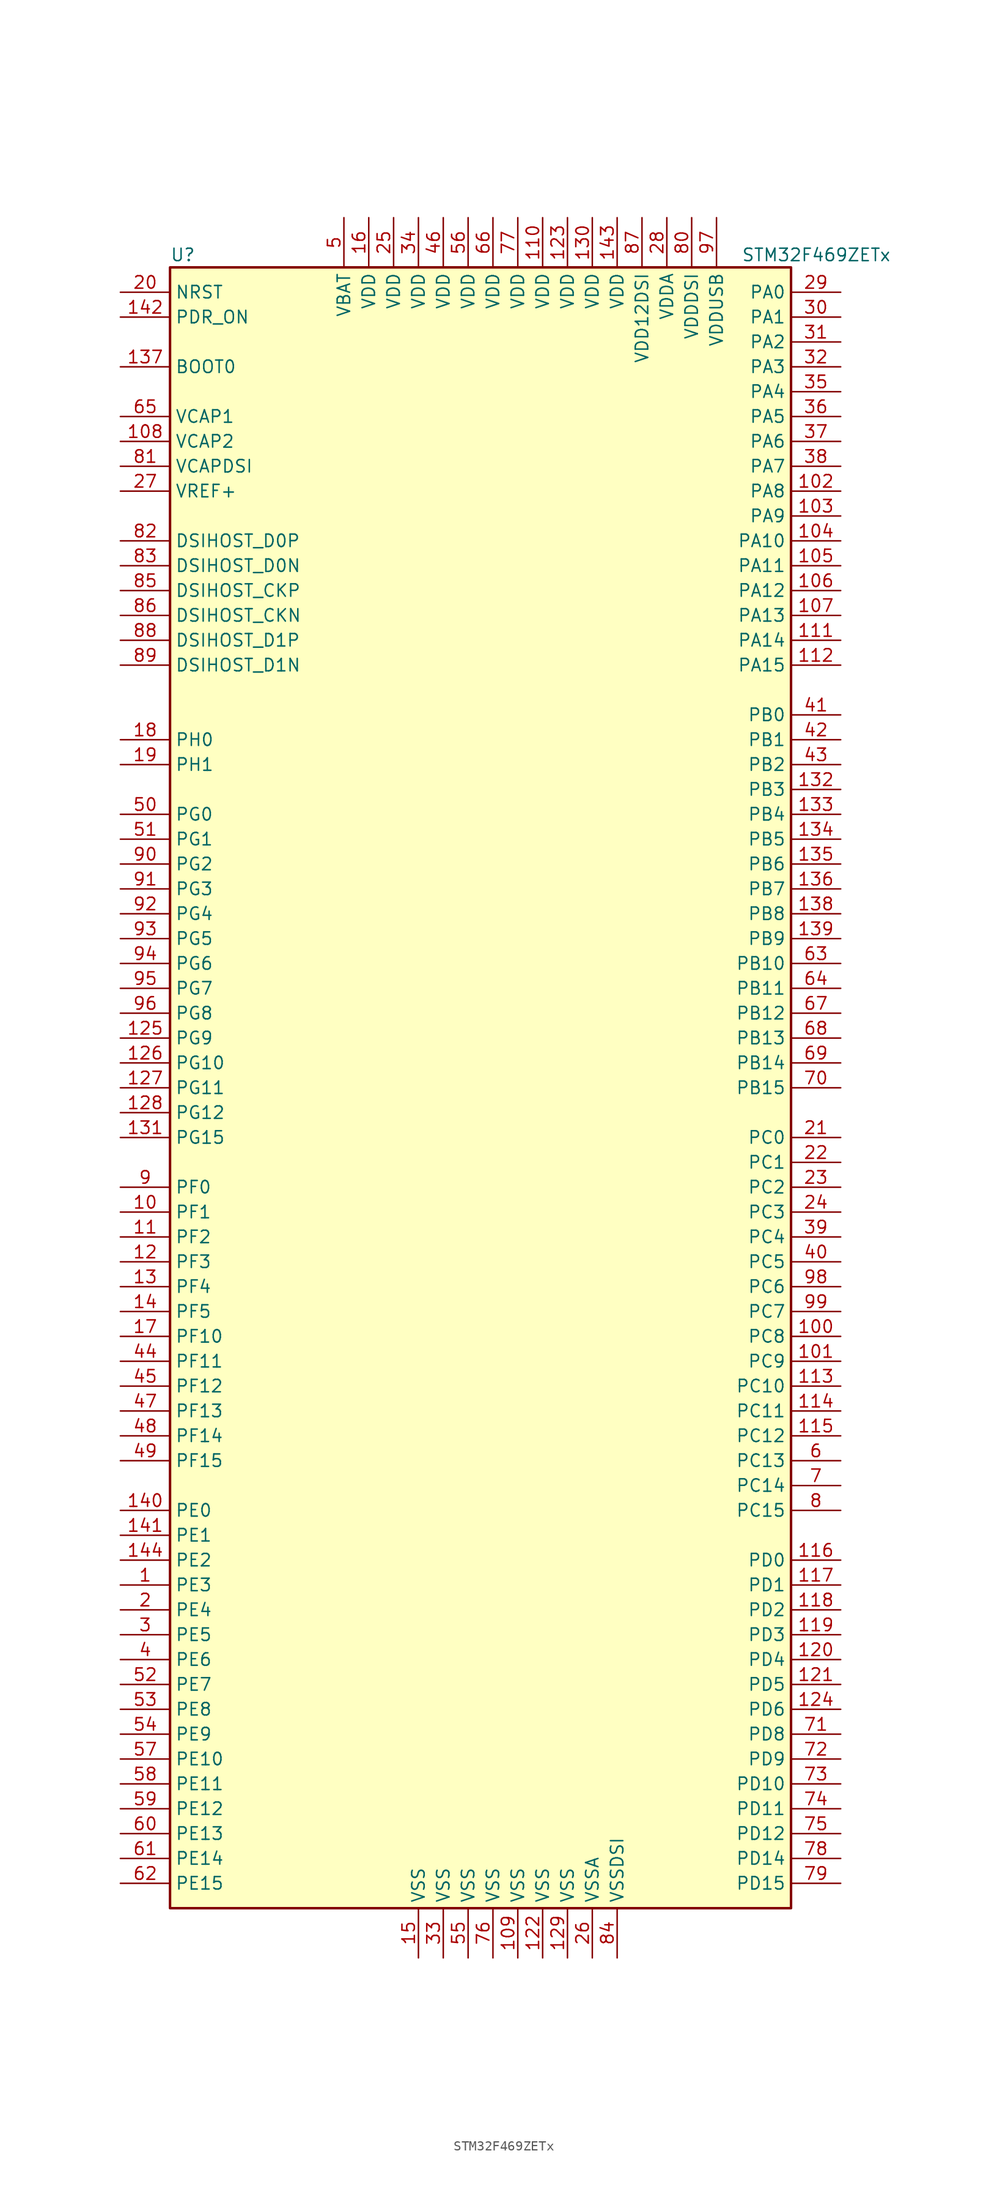
<source format=kicad_sym>
(kicad_symbol_lib
  (version 20201005)
  (generator kicad_symbol_editor)
  (symbol "STM32F469ZETx"
    (property "Reference" "U"
      (at -33.02 85.09 0)
      (effects (font (size 1.27 1.27)) (justify left)))
    (property "Value" "STM32F469ZETx"
      (at 25.4 85.09 0)
      (effects (font (size 1.27 1.27)) (justify left)))
    (symbol "STM32F469ZETx_0_1"
      (rectangle (start -33.02 -83.82) (end 30.48 83.82) (stroke (width 0.254)) (fill (type background))))
    (symbol "STM32F469ZETx_1_1"
      (pin input line (at -38.1 73.66 0) (length 5.08) (name "BOOT0" (effects (font (size 1.27 1.27)))) (number "137" (effects (font (size 1.27 1.27)))))
      (pin bidirectional line (at -38.1 48.26 0) (length 5.08) (name "DSIHOST_CKN" (effects (font (size 1.27 1.27)))) (number "86" (effects (font (size 1.27 1.27)))))
      (pin bidirectional line (at -38.1 50.8 0) (length 5.08) (name "DSIHOST_CKP" (effects (font (size 1.27 1.27)))) (number "85" (effects (font (size 1.27 1.27)))))
      (pin bidirectional line (at -38.1 53.34 0) (length 5.08) (name "DSIHOST_D0N" (effects (font (size 1.27 1.27)))) (number "83" (effects (font (size 1.27 1.27)))))
      (pin bidirectional line (at -38.1 55.88 0) (length 5.08) (name "DSIHOST_D0P" (effects (font (size 1.27 1.27)))) (number "82" (effects (font (size 1.27 1.27)))))
      (pin bidirectional line (at -38.1 43.18 0) (length 5.08) (name "DSIHOST_D1N" (effects (font (size 1.27 1.27)))) (number "89" (effects (font (size 1.27 1.27)))))
      (pin bidirectional line (at -38.1 45.72 0) (length 5.08) (name "DSIHOST_D1P" (effects (font (size 1.27 1.27)))) (number "88" (effects (font (size 1.27 1.27)))))
      (pin input line (at -38.1 81.28 0) (length 5.08) (name "NRST" (effects (font (size 1.27 1.27)))) (number "20" (effects (font (size 1.27 1.27)))))
      (pin bidirectional line (at 35.56 81.28 180) (length 5.08) (name "PA0" (effects (font (size 1.27 1.27)))) (number "29" (effects (font (size 1.27 1.27)))))
      (pin bidirectional line (at 35.56 78.74 180) (length 5.08) (name "PA1" (effects (font (size 1.27 1.27)))) (number "30" (effects (font (size 1.27 1.27)))))
      (pin bidirectional line (at 35.56 55.88 180) (length 5.08) (name "PA10" (effects (font (size 1.27 1.27)))) (number "104" (effects (font (size 1.27 1.27)))))
      (pin bidirectional line (at 35.56 53.34 180) (length 5.08) (name "PA11" (effects (font (size 1.27 1.27)))) (number "105" (effects (font (size 1.27 1.27)))))
      (pin bidirectional line (at 35.56 50.8 180) (length 5.08) (name "PA12" (effects (font (size 1.27 1.27)))) (number "106" (effects (font (size 1.27 1.27)))))
      (pin bidirectional line (at 35.56 48.26 180) (length 5.08) (name "PA13" (effects (font (size 1.27 1.27)))) (number "107" (effects (font (size 1.27 1.27)))))
      (pin bidirectional line (at 35.56 45.72 180) (length 5.08) (name "PA14" (effects (font (size 1.27 1.27)))) (number "111" (effects (font (size 1.27 1.27)))))
      (pin bidirectional line (at 35.56 43.18 180) (length 5.08) (name "PA15" (effects (font (size 1.27 1.27)))) (number "112" (effects (font (size 1.27 1.27)))))
      (pin bidirectional line (at 35.56 76.2 180) (length 5.08) (name "PA2" (effects (font (size 1.27 1.27)))) (number "31" (effects (font (size 1.27 1.27)))))
      (pin bidirectional line (at 35.56 73.66 180) (length 5.08) (name "PA3" (effects (font (size 1.27 1.27)))) (number "32" (effects (font (size 1.27 1.27)))))
      (pin bidirectional line (at 35.56 71.12 180) (length 5.08) (name "PA4" (effects (font (size 1.27 1.27)))) (number "35" (effects (font (size 1.27 1.27)))))
      (pin bidirectional line (at 35.56 68.58 180) (length 5.08) (name "PA5" (effects (font (size 1.27 1.27)))) (number "36" (effects (font (size 1.27 1.27)))))
      (pin bidirectional line (at 35.56 66.04 180) (length 5.08) (name "PA6" (effects (font (size 1.27 1.27)))) (number "37" (effects (font (size 1.27 1.27)))))
      (pin bidirectional line (at 35.56 63.5 180) (length 5.08) (name "PA7" (effects (font (size 1.27 1.27)))) (number "38" (effects (font (size 1.27 1.27)))))
      (pin bidirectional line (at 35.56 60.96 180) (length 5.08) (name "PA8" (effects (font (size 1.27 1.27)))) (number "102" (effects (font (size 1.27 1.27)))))
      (pin bidirectional line (at 35.56 58.42 180) (length 5.08) (name "PA9" (effects (font (size 1.27 1.27)))) (number "103" (effects (font (size 1.27 1.27)))))
      (pin bidirectional line (at 35.56 38.1 180) (length 5.08) (name "PB0" (effects (font (size 1.27 1.27)))) (number "41" (effects (font (size 1.27 1.27)))))
      (pin bidirectional line (at 35.56 35.56 180) (length 5.08) (name "PB1" (effects (font (size 1.27 1.27)))) (number "42" (effects (font (size 1.27 1.27)))))
      (pin bidirectional line (at 35.56 12.7 180) (length 5.08) (name "PB10" (effects (font (size 1.27 1.27)))) (number "63" (effects (font (size 1.27 1.27)))))
      (pin bidirectional line (at 35.56 10.16 180) (length 5.08) (name "PB11" (effects (font (size 1.27 1.27)))) (number "64" (effects (font (size 1.27 1.27)))))
      (pin bidirectional line (at 35.56 7.62 180) (length 5.08) (name "PB12" (effects (font (size 1.27 1.27)))) (number "67" (effects (font (size 1.27 1.27)))))
      (pin bidirectional line (at 35.56 5.08 180) (length 5.08) (name "PB13" (effects (font (size 1.27 1.27)))) (number "68" (effects (font (size 1.27 1.27)))))
      (pin bidirectional line (at 35.56 2.54 180) (length 5.08) (name "PB14" (effects (font (size 1.27 1.27)))) (number "69" (effects (font (size 1.27 1.27)))))
      (pin bidirectional line (at 35.56 0 180) (length 5.08) (name "PB15" (effects (font (size 1.27 1.27)))) (number "70" (effects (font (size 1.27 1.27)))))
      (pin bidirectional line (at 35.56 33.02 180) (length 5.08) (name "PB2" (effects (font (size 1.27 1.27)))) (number "43" (effects (font (size 1.27 1.27)))))
      (pin bidirectional line (at 35.56 30.48 180) (length 5.08) (name "PB3" (effects (font (size 1.27 1.27)))) (number "132" (effects (font (size 1.27 1.27)))))
      (pin bidirectional line (at 35.56 27.94 180) (length 5.08) (name "PB4" (effects (font (size 1.27 1.27)))) (number "133" (effects (font (size 1.27 1.27)))))
      (pin bidirectional line (at 35.56 25.4 180) (length 5.08) (name "PB5" (effects (font (size 1.27 1.27)))) (number "134" (effects (font (size 1.27 1.27)))))
      (pin bidirectional line (at 35.56 22.86 180) (length 5.08) (name "PB6" (effects (font (size 1.27 1.27)))) (number "135" (effects (font (size 1.27 1.27)))))
      (pin bidirectional line (at 35.56 20.32 180) (length 5.08) (name "PB7" (effects (font (size 1.27 1.27)))) (number "136" (effects (font (size 1.27 1.27)))))
      (pin bidirectional line (at 35.56 17.78 180) (length 5.08) (name "PB8" (effects (font (size 1.27 1.27)))) (number "138" (effects (font (size 1.27 1.27)))))
      (pin bidirectional line (at 35.56 15.24 180) (length 5.08) (name "PB9" (effects (font (size 1.27 1.27)))) (number "139" (effects (font (size 1.27 1.27)))))
      (pin bidirectional line (at 35.56 -5.08 180) (length 5.08) (name "PC0" (effects (font (size 1.27 1.27)))) (number "21" (effects (font (size 1.27 1.27)))))
      (pin bidirectional line (at 35.56 -7.62 180) (length 5.08) (name "PC1" (effects (font (size 1.27 1.27)))) (number "22" (effects (font (size 1.27 1.27)))))
      (pin bidirectional line (at 35.56 -30.48 180) (length 5.08) (name "PC10" (effects (font (size 1.27 1.27)))) (number "113" (effects (font (size 1.27 1.27)))))
      (pin bidirectional line (at 35.56 -33.02 180) (length 5.08) (name "PC11" (effects (font (size 1.27 1.27)))) (number "114" (effects (font (size 1.27 1.27)))))
      (pin bidirectional line (at 35.56 -35.56 180) (length 5.08) (name "PC12" (effects (font (size 1.27 1.27)))) (number "115" (effects (font (size 1.27 1.27)))))
      (pin bidirectional line (at 35.56 -38.1 180) (length 5.08) (name "PC13" (effects (font (size 1.27 1.27)))) (number "6" (effects (font (size 1.27 1.27)))))
      (pin bidirectional line (at 35.56 -40.64 180) (length 5.08) (name "PC14" (effects (font (size 1.27 1.27)))) (number "7" (effects (font (size 1.27 1.27)))))
      (pin bidirectional line (at 35.56 -43.18 180) (length 5.08) (name "PC15" (effects (font (size 1.27 1.27)))) (number "8" (effects (font (size 1.27 1.27)))))
      (pin bidirectional line (at 35.56 -10.16 180) (length 5.08) (name "PC2" (effects (font (size 1.27 1.27)))) (number "23" (effects (font (size 1.27 1.27)))))
      (pin bidirectional line (at 35.56 -12.7 180) (length 5.08) (name "PC3" (effects (font (size 1.27 1.27)))) (number "24" (effects (font (size 1.27 1.27)))))
      (pin bidirectional line (at 35.56 -15.24 180) (length 5.08) (name "PC4" (effects (font (size 1.27 1.27)))) (number "39" (effects (font (size 1.27 1.27)))))
      (pin bidirectional line (at 35.56 -17.78 180) (length 5.08) (name "PC5" (effects (font (size 1.27 1.27)))) (number "40" (effects (font (size 1.27 1.27)))))
      (pin bidirectional line (at 35.56 -20.32 180) (length 5.08) (name "PC6" (effects (font (size 1.27 1.27)))) (number "98" (effects (font (size 1.27 1.27)))))
      (pin bidirectional line (at 35.56 -22.86 180) (length 5.08) (name "PC7" (effects (font (size 1.27 1.27)))) (number "99" (effects (font (size 1.27 1.27)))))
      (pin bidirectional line (at 35.56 -25.4 180) (length 5.08) (name "PC8" (effects (font (size 1.27 1.27)))) (number "100" (effects (font (size 1.27 1.27)))))
      (pin bidirectional line (at 35.56 -27.94 180) (length 5.08) (name "PC9" (effects (font (size 1.27 1.27)))) (number "101" (effects (font (size 1.27 1.27)))))
      (pin bidirectional line (at 35.56 -48.26 180) (length 5.08) (name "PD0" (effects (font (size 1.27 1.27)))) (number "116" (effects (font (size 1.27 1.27)))))
      (pin bidirectional line (at 35.56 -50.8 180) (length 5.08) (name "PD1" (effects (font (size 1.27 1.27)))) (number "117" (effects (font (size 1.27 1.27)))))
      (pin bidirectional line (at 35.56 -71.12 180) (length 5.08) (name "PD10" (effects (font (size 1.27 1.27)))) (number "73" (effects (font (size 1.27 1.27)))))
      (pin bidirectional line (at 35.56 -73.66 180) (length 5.08) (name "PD11" (effects (font (size 1.27 1.27)))) (number "74" (effects (font (size 1.27 1.27)))))
      (pin bidirectional line (at 35.56 -76.2 180) (length 5.08) (name "PD12" (effects (font (size 1.27 1.27)))) (number "75" (effects (font (size 1.27 1.27)))))
      (pin bidirectional line (at 35.56 -78.74 180) (length 5.08) (name "PD14" (effects (font (size 1.27 1.27)))) (number "78" (effects (font (size 1.27 1.27)))))
      (pin bidirectional line (at 35.56 -81.28 180) (length 5.08) (name "PD15" (effects (font (size 1.27 1.27)))) (number "79" (effects (font (size 1.27 1.27)))))
      (pin bidirectional line (at 35.56 -53.34 180) (length 5.08) (name "PD2" (effects (font (size 1.27 1.27)))) (number "118" (effects (font (size 1.27 1.27)))))
      (pin bidirectional line (at 35.56 -55.88 180) (length 5.08) (name "PD3" (effects (font (size 1.27 1.27)))) (number "119" (effects (font (size 1.27 1.27)))))
      (pin bidirectional line (at 35.56 -58.42 180) (length 5.08) (name "PD4" (effects (font (size 1.27 1.27)))) (number "120" (effects (font (size 1.27 1.27)))))
      (pin bidirectional line (at 35.56 -60.96 180) (length 5.08) (name "PD5" (effects (font (size 1.27 1.27)))) (number "121" (effects (font (size 1.27 1.27)))))
      (pin bidirectional line (at 35.56 -63.5 180) (length 5.08) (name "PD6" (effects (font (size 1.27 1.27)))) (number "124" (effects (font (size 1.27 1.27)))))
      (pin bidirectional line (at 35.56 -66.04 180) (length 5.08) (name "PD8" (effects (font (size 1.27 1.27)))) (number "71" (effects (font (size 1.27 1.27)))))
      (pin bidirectional line (at 35.56 -68.58 180) (length 5.08) (name "PD9" (effects (font (size 1.27 1.27)))) (number "72" (effects (font (size 1.27 1.27)))))
      (pin input line (at -38.1 78.74 0) (length 5.08) (name "PDR_ON" (effects (font (size 1.27 1.27)))) (number "142" (effects (font (size 1.27 1.27)))))
      (pin bidirectional line (at -38.1 -43.18 0) (length 5.08) (name "PE0" (effects (font (size 1.27 1.27)))) (number "140" (effects (font (size 1.27 1.27)))))
      (pin bidirectional line (at -38.1 -45.72 0) (length 5.08) (name "PE1" (effects (font (size 1.27 1.27)))) (number "141" (effects (font (size 1.27 1.27)))))
      (pin bidirectional line (at -38.1 -68.58 0) (length 5.08) (name "PE10" (effects (font (size 1.27 1.27)))) (number "57" (effects (font (size 1.27 1.27)))))
      (pin bidirectional line (at -38.1 -71.12 0) (length 5.08) (name "PE11" (effects (font (size 1.27 1.27)))) (number "58" (effects (font (size 1.27 1.27)))))
      (pin bidirectional line (at -38.1 -73.66 0) (length 5.08) (name "PE12" (effects (font (size 1.27 1.27)))) (number "59" (effects (font (size 1.27 1.27)))))
      (pin bidirectional line (at -38.1 -76.2 0) (length 5.08) (name "PE13" (effects (font (size 1.27 1.27)))) (number "60" (effects (font (size 1.27 1.27)))))
      (pin bidirectional line (at -38.1 -78.74 0) (length 5.08) (name "PE14" (effects (font (size 1.27 1.27)))) (number "61" (effects (font (size 1.27 1.27)))))
      (pin bidirectional line (at -38.1 -81.28 0) (length 5.08) (name "PE15" (effects (font (size 1.27 1.27)))) (number "62" (effects (font (size 1.27 1.27)))))
      (pin bidirectional line (at -38.1 -48.26 0) (length 5.08) (name "PE2" (effects (font (size 1.27 1.27)))) (number "144" (effects (font (size 1.27 1.27)))))
      (pin bidirectional line (at -38.1 -50.8 0) (length 5.08) (name "PE3" (effects (font (size 1.27 1.27)))) (number "1" (effects (font (size 1.27 1.27)))))
      (pin bidirectional line (at -38.1 -53.34 0) (length 5.08) (name "PE4" (effects (font (size 1.27 1.27)))) (number "2" (effects (font (size 1.27 1.27)))))
      (pin bidirectional line (at -38.1 -55.88 0) (length 5.08) (name "PE5" (effects (font (size 1.27 1.27)))) (number "3" (effects (font (size 1.27 1.27)))))
      (pin bidirectional line (at -38.1 -58.42 0) (length 5.08) (name "PE6" (effects (font (size 1.27 1.27)))) (number "4" (effects (font (size 1.27 1.27)))))
      (pin bidirectional line (at -38.1 -60.96 0) (length 5.08) (name "PE7" (effects (font (size 1.27 1.27)))) (number "52" (effects (font (size 1.27 1.27)))))
      (pin bidirectional line (at -38.1 -63.5 0) (length 5.08) (name "PE8" (effects (font (size 1.27 1.27)))) (number "53" (effects (font (size 1.27 1.27)))))
      (pin bidirectional line (at -38.1 -66.04 0) (length 5.08) (name "PE9" (effects (font (size 1.27 1.27)))) (number "54" (effects (font (size 1.27 1.27)))))
      (pin bidirectional line (at -38.1 -10.16 0) (length 5.08) (name "PF0" (effects (font (size 1.27 1.27)))) (number "9" (effects (font (size 1.27 1.27)))))
      (pin bidirectional line (at -38.1 -12.7 0) (length 5.08) (name "PF1" (effects (font (size 1.27 1.27)))) (number "10" (effects (font (size 1.27 1.27)))))
      (pin bidirectional line (at -38.1 -25.4 0) (length 5.08) (name "PF10" (effects (font (size 1.27 1.27)))) (number "17" (effects (font (size 1.27 1.27)))))
      (pin bidirectional line (at -38.1 -27.94 0) (length 5.08) (name "PF11" (effects (font (size 1.27 1.27)))) (number "44" (effects (font (size 1.27 1.27)))))
      (pin bidirectional line (at -38.1 -30.48 0) (length 5.08) (name "PF12" (effects (font (size 1.27 1.27)))) (number "45" (effects (font (size 1.27 1.27)))))
      (pin bidirectional line (at -38.1 -33.02 0) (length 5.08) (name "PF13" (effects (font (size 1.27 1.27)))) (number "47" (effects (font (size 1.27 1.27)))))
      (pin bidirectional line (at -38.1 -35.56 0) (length 5.08) (name "PF14" (effects (font (size 1.27 1.27)))) (number "48" (effects (font (size 1.27 1.27)))))
      (pin bidirectional line (at -38.1 -38.1 0) (length 5.08) (name "PF15" (effects (font (size 1.27 1.27)))) (number "49" (effects (font (size 1.27 1.27)))))
      (pin bidirectional line (at -38.1 -15.24 0) (length 5.08) (name "PF2" (effects (font (size 1.27 1.27)))) (number "11" (effects (font (size 1.27 1.27)))))
      (pin bidirectional line (at -38.1 -17.78 0) (length 5.08) (name "PF3" (effects (font (size 1.27 1.27)))) (number "12" (effects (font (size 1.27 1.27)))))
      (pin bidirectional line (at -38.1 -20.32 0) (length 5.08) (name "PF4" (effects (font (size 1.27 1.27)))) (number "13" (effects (font (size 1.27 1.27)))))
      (pin bidirectional line (at -38.1 -22.86 0) (length 5.08) (name "PF5" (effects (font (size 1.27 1.27)))) (number "14" (effects (font (size 1.27 1.27)))))
      (pin bidirectional line (at -38.1 27.94 0) (length 5.08) (name "PG0" (effects (font (size 1.27 1.27)))) (number "50" (effects (font (size 1.27 1.27)))))
      (pin bidirectional line (at -38.1 25.4 0) (length 5.08) (name "PG1" (effects (font (size 1.27 1.27)))) (number "51" (effects (font (size 1.27 1.27)))))
      (pin bidirectional line (at -38.1 2.54 0) (length 5.08) (name "PG10" (effects (font (size 1.27 1.27)))) (number "126" (effects (font (size 1.27 1.27)))))
      (pin bidirectional line (at -38.1 0 0) (length 5.08) (name "PG11" (effects (font (size 1.27 1.27)))) (number "127" (effects (font (size 1.27 1.27)))))
      (pin bidirectional line (at -38.1 -2.54 0) (length 5.08) (name "PG12" (effects (font (size 1.27 1.27)))) (number "128" (effects (font (size 1.27 1.27)))))
      (pin bidirectional line (at -38.1 -5.08 0) (length 5.08) (name "PG15" (effects (font (size 1.27 1.27)))) (number "131" (effects (font (size 1.27 1.27)))))
      (pin bidirectional line (at -38.1 22.86 0) (length 5.08) (name "PG2" (effects (font (size 1.27 1.27)))) (number "90" (effects (font (size 1.27 1.27)))))
      (pin bidirectional line (at -38.1 20.32 0) (length 5.08) (name "PG3" (effects (font (size 1.27 1.27)))) (number "91" (effects (font (size 1.27 1.27)))))
      (pin bidirectional line (at -38.1 17.78 0) (length 5.08) (name "PG4" (effects (font (size 1.27 1.27)))) (number "92" (effects (font (size 1.27 1.27)))))
      (pin bidirectional line (at -38.1 15.24 0) (length 5.08) (name "PG5" (effects (font (size 1.27 1.27)))) (number "93" (effects (font (size 1.27 1.27)))))
      (pin bidirectional line (at -38.1 12.7 0) (length 5.08) (name "PG6" (effects (font (size 1.27 1.27)))) (number "94" (effects (font (size 1.27 1.27)))))
      (pin bidirectional line (at -38.1 10.16 0) (length 5.08) (name "PG7" (effects (font (size 1.27 1.27)))) (number "95" (effects (font (size 1.27 1.27)))))
      (pin bidirectional line (at -38.1 7.62 0) (length 5.08) (name "PG8" (effects (font (size 1.27 1.27)))) (number "96" (effects (font (size 1.27 1.27)))))
      (pin bidirectional line (at -38.1 5.08 0) (length 5.08) (name "PG9" (effects (font (size 1.27 1.27)))) (number "125" (effects (font (size 1.27 1.27)))))
      (pin input line (at -38.1 35.56 0) (length 5.08) (name "PH0" (effects (font (size 1.27 1.27)))) (number "18" (effects (font (size 1.27 1.27)))))
      (pin input line (at -38.1 33.02 0) (length 5.08) (name "PH1" (effects (font (size 1.27 1.27)))) (number "19" (effects (font (size 1.27 1.27)))))
      (pin power_in line (at -15.24 88.9 270) (length 5.08) (name "VBAT" (effects (font (size 1.27 1.27)))) (number "5" (effects (font (size 1.27 1.27)))))
      (pin power_in line (at -38.1 68.58 0) (length 5.08) (name "VCAP1" (effects (font (size 1.27 1.27)))) (number "65" (effects (font (size 1.27 1.27)))))
      (pin power_in line (at -38.1 66.04 0) (length 5.08) (name "VCAP2" (effects (font (size 1.27 1.27)))) (number "108" (effects (font (size 1.27 1.27)))))
      (pin power_in line (at -38.1 63.5 0) (length 5.08) (name "VCAPDSI" (effects (font (size 1.27 1.27)))) (number "81" (effects (font (size 1.27 1.27)))))
      (pin power_in line (at 5.08 88.9 270) (length 5.08) (name "VDD" (effects (font (size 1.27 1.27)))) (number "110" (effects (font (size 1.27 1.27)))))
      (pin power_in line (at 7.62 88.9 270) (length 5.08) (name "VDD" (effects (font (size 1.27 1.27)))) (number "123" (effects (font (size 1.27 1.27)))))
      (pin power_in line (at 10.16 88.9 270) (length 5.08) (name "VDD" (effects (font (size 1.27 1.27)))) (number "130" (effects (font (size 1.27 1.27)))))
      (pin power_in line (at 12.7 88.9 270) (length 5.08) (name "VDD" (effects (font (size 1.27 1.27)))) (number "143" (effects (font (size 1.27 1.27)))))
      (pin power_in line (at -12.7 88.9 270) (length 5.08) (name "VDD" (effects (font (size 1.27 1.27)))) (number "16" (effects (font (size 1.27 1.27)))))
      (pin power_in line (at -10.16 88.9 270) (length 5.08) (name "VDD" (effects (font (size 1.27 1.27)))) (number "25" (effects (font (size 1.27 1.27)))))
      (pin power_in line (at -7.62 88.9 270) (length 5.08) (name "VDD" (effects (font (size 1.27 1.27)))) (number "34" (effects (font (size 1.27 1.27)))))
      (pin power_in line (at -5.08 88.9 270) (length 5.08) (name "VDD" (effects (font (size 1.27 1.27)))) (number "46" (effects (font (size 1.27 1.27)))))
      (pin power_in line (at -2.54 88.9 270) (length 5.08) (name "VDD" (effects (font (size 1.27 1.27)))) (number "56" (effects (font (size 1.27 1.27)))))
      (pin power_in line (at 0 88.9 270) (length 5.08) (name "VDD" (effects (font (size 1.27 1.27)))) (number "66" (effects (font (size 1.27 1.27)))))
      (pin power_in line (at 2.54 88.9 270) (length 5.08) (name "VDD" (effects (font (size 1.27 1.27)))) (number "77" (effects (font (size 1.27 1.27)))))
      (pin power_in line (at 15.24 88.9 270) (length 5.08) (name "VDD12DSI" (effects (font (size 1.27 1.27)))) (number "87" (effects (font (size 1.27 1.27)))))
      (pin power_in line (at 17.78 88.9 270) (length 5.08) (name "VDDA" (effects (font (size 1.27 1.27)))) (number "28" (effects (font (size 1.27 1.27)))))
      (pin power_in line (at 20.32 88.9 270) (length 5.08) (name "VDDDSI" (effects (font (size 1.27 1.27)))) (number "80" (effects (font (size 1.27 1.27)))))
      (pin power_in line (at 22.86 88.9 270) (length 5.08) (name "VDDUSB" (effects (font (size 1.27 1.27)))) (number "97" (effects (font (size 1.27 1.27)))))
      (pin power_in line (at -38.1 60.96 0) (length 5.08) (name "VREF+" (effects (font (size 1.27 1.27)))) (number "27" (effects (font (size 1.27 1.27)))))
      (pin power_in line (at 2.54 -88.9 90) (length 5.08) (name "VSS" (effects (font (size 1.27 1.27)))) (number "109" (effects (font (size 1.27 1.27)))))
      (pin power_in line (at 5.08 -88.9 90) (length 5.08) (name "VSS" (effects (font (size 1.27 1.27)))) (number "122" (effects (font (size 1.27 1.27)))))
      (pin power_in line (at 7.62 -88.9 90) (length 5.08) (name "VSS" (effects (font (size 1.27 1.27)))) (number "129" (effects (font (size 1.27 1.27)))))
      (pin power_in line (at -7.62 -88.9 90) (length 5.08) (name "VSS" (effects (font (size 1.27 1.27)))) (number "15" (effects (font (size 1.27 1.27)))))
      (pin power_in line (at -5.08 -88.9 90) (length 5.08) (name "VSS" (effects (font (size 1.27 1.27)))) (number "33" (effects (font (size 1.27 1.27)))))
      (pin power_in line (at -2.54 -88.9 90) (length 5.08) (name "VSS" (effects (font (size 1.27 1.27)))) (number "55" (effects (font (size 1.27 1.27)))))
      (pin power_in line (at 0 -88.9 90) (length 5.08) (name "VSS" (effects (font (size 1.27 1.27)))) (number "76" (effects (font (size 1.27 1.27)))))
      (pin power_in line (at 10.16 -88.9 90) (length 5.08) (name "VSSA" (effects (font (size 1.27 1.27)))) (number "26" (effects (font (size 1.27 1.27)))))
      (pin power_in line (at 12.7 -88.9 90) (length 5.08) (name "VSSDSI" (effects (font (size 1.27 1.27)))) (number "84" (effects (font (size 1.27 1.27))))))))
</source>
